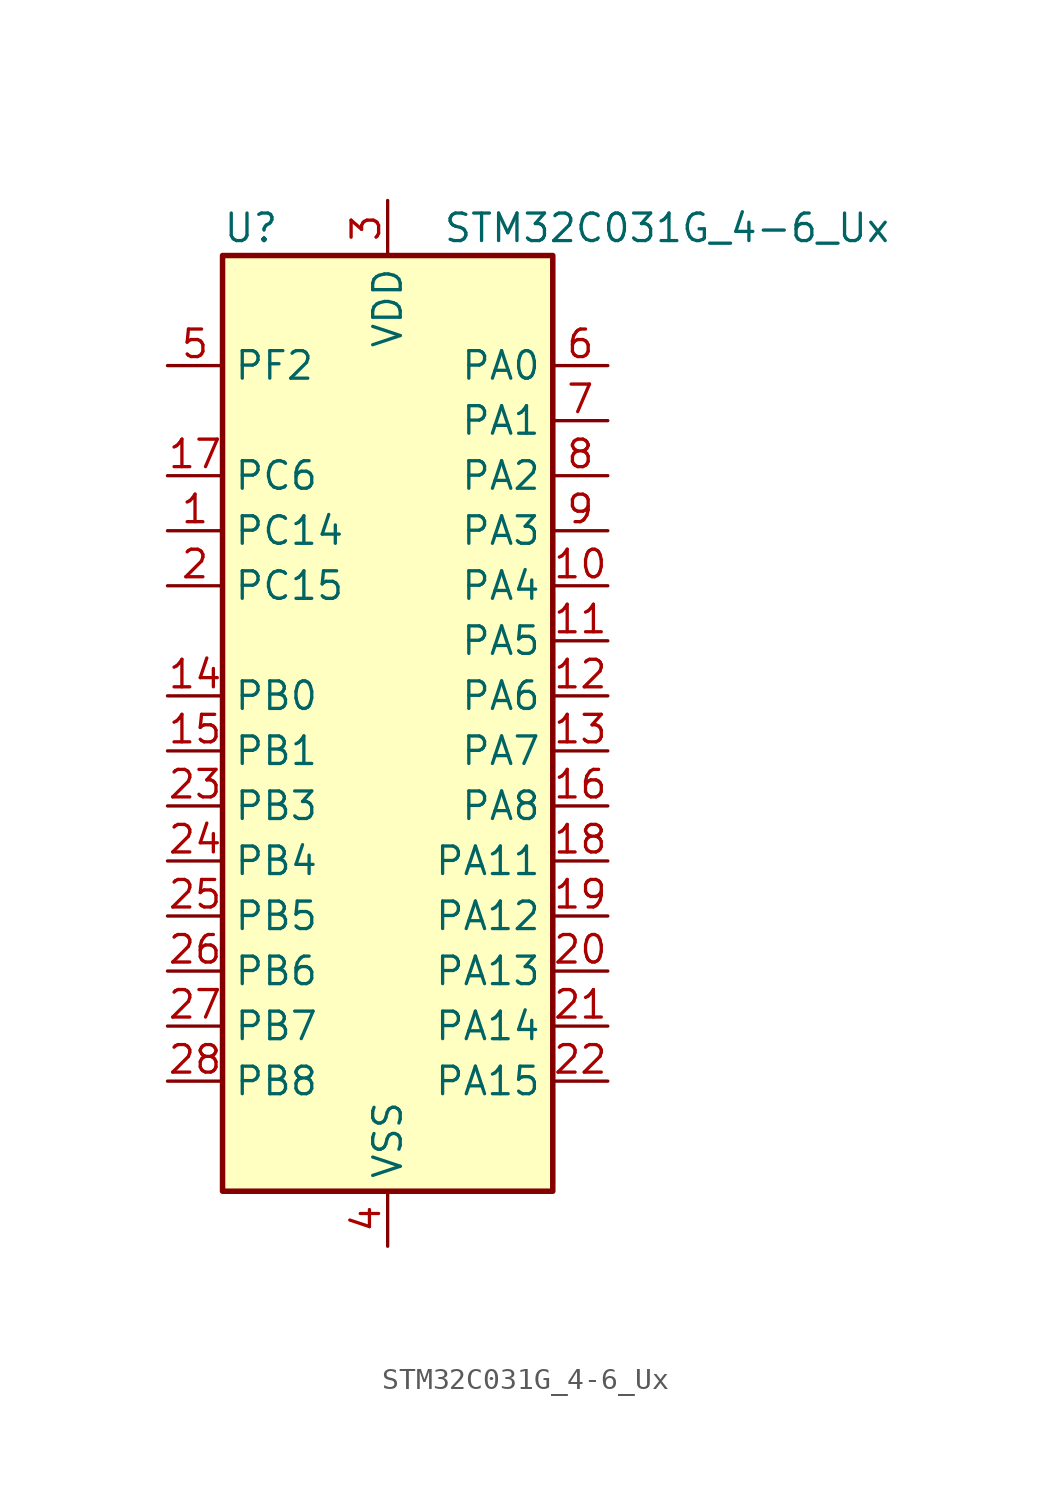
<source format=kicad_sym>
(kicad_symbol_lib
  (version 20241209)
  (generator "kicad_symbol_editor")
  (generator_version "9.0")
  (symbol "STM32C031G_4-6_Ux"
    (property "Reference" "U"
      (at -7.62 24.13 0)
      (effects (font (size 1.27 1.27)) (justify left)))
    (property "Value" "STM32C031G_4-6_Ux"
      (at 2.54 24.13 0)
      (effects (font (size 1.27 1.27)) (justify left)))
    (symbol "STM32C031G_4-6_Ux_0_1"
      (rectangle (start -7.62 -20.32) (end 7.62 22.86) (stroke (width 0.254) (type default)) (fill (type background))))
    (symbol "STM32C031G_4-6_Ux_1_1"
      (pin bidirectional line (at -10.16 17.78 0) (length 2.54) (name "PF2" (effects (font (size 1.27 1.27)))) (number "5" (effects (font (size 1.27 1.27)))) (alternate "RCC_MCO" bidirectional line) (alternate "TIM1_CH4" bidirectional line))
      (pin bidirectional line (at -10.16 12.7 0) (length 2.54) (name "PC6" (effects (font (size 1.27 1.27)))) (number "17" (effects (font (size 1.27 1.27)))) (alternate "TIM3_CH1" bidirectional line))
      (pin bidirectional line (at -10.16 10.16 0) (length 2.54) (name "PC14" (effects (font (size 1.27 1.27)))) (number "1" (effects (font (size 1.27 1.27)))) (alternate "I2C1_SDA" bidirectional line) (alternate "IR_OUT" bidirectional line) (alternate "RCC_OSCX_IN" bidirectional line) (alternate "TIM17_CH1" bidirectional line) (alternate "TIM1_BKIN2" bidirectional line) (alternate "TIM1_ETR" bidirectional line) (alternate "TIM3_CH2" bidirectional line) (alternate "USART1_TX" bidirectional line) (alternate "USART2_CK" bidirectional line) (alternate "USART2_DE" bidirectional line) (alternate "USART2_RTS" bidirectional line))
      (pin bidirectional line (at -10.16 7.62 0) (length 2.54) (name "PC15" (effects (font (size 1.27 1.27)))) (number "2" (effects (font (size 1.27 1.27)))) (alternate "RCC_OSC32_EN" bidirectional line) (alternate "RCC_OSCX_OUT" bidirectional line) (alternate "RCC_OSC_EN" bidirectional line) (alternate "TIM1_ETR" bidirectional line) (alternate "TIM3_CH3" bidirectional line))
      (pin bidirectional line (at -10.16 2.54 0) (length 2.54) (name "PB0" (effects (font (size 1.27 1.27)))) (number "14" (effects (font (size 1.27 1.27)))) (alternate "ADC1_IN17" bidirectional line) (alternate "I2S1_WS" bidirectional line) (alternate "SPI1_NSS" bidirectional line) (alternate "TIM1_CH2N" bidirectional line) (alternate "TIM3_CH3" bidirectional line))
      (pin bidirectional line (at -10.16 0 0) (length 2.54) (name "PB1" (effects (font (size 1.27 1.27)))) (number "15" (effects (font (size 1.27 1.27)))) (alternate "ADC1_IN18" bidirectional line) (alternate "TIM14_CH1" bidirectional line) (alternate "TIM1_CH2N" bidirectional line) (alternate "TIM1_CH3N" bidirectional line) (alternate "TIM3_CH4" bidirectional line))
      (pin bidirectional line (at -10.16 -2.54 0) (length 2.54) (name "PB3" (effects (font (size 1.27 1.27)))) (number "23" (effects (font (size 1.27 1.27)))) (alternate "I2S1_CK" bidirectional line) (alternate "SPI1_SCK" bidirectional line) (alternate "TIM1_CH2" bidirectional line) (alternate "TIM3_CH2" bidirectional line) (alternate "USART1_CK" bidirectional line) (alternate "USART1_DE" bidirectional line) (alternate "USART1_RTS" bidirectional line))
      (pin bidirectional line (at -10.16 -5.08 0) (length 2.54) (name "PB4" (effects (font (size 1.27 1.27)))) (number "24" (effects (font (size 1.27 1.27)))) (alternate "I2S1_MCK" bidirectional line) (alternate "SPI1_MISO" bidirectional line) (alternate "TIM17_BKIN" bidirectional line) (alternate "TIM3_CH1" bidirectional line) (alternate "USART1_CTS" bidirectional line) (alternate "USART1_NSS" bidirectional line))
      (pin bidirectional line (at -10.16 -7.62 0) (length 2.54) (name "PB5" (effects (font (size 1.27 1.27)))) (number "25" (effects (font (size 1.27 1.27)))) (alternate "I2C1_SMBA" bidirectional line) (alternate "I2S1_SD" bidirectional line) (alternate "PWR_WKUP6" bidirectional line) (alternate "SPI1_MOSI" bidirectional line) (alternate "TIM16_BKIN" bidirectional line) (alternate "TIM3_CH2" bidirectional line) (alternate "TIM3_CH3" bidirectional line))
      (pin bidirectional line (at -10.16 -10.16 0) (length 2.54) (name "PB6" (effects (font (size 1.27 1.27)))) (number "26" (effects (font (size 1.27 1.27)))) (alternate "I2C1_SCL" bidirectional line) (alternate "I2C1_SMBA" bidirectional line) (alternate "I2S1_CK" bidirectional line) (alternate "I2S1_MCK" bidirectional line) (alternate "I2S1_SD" bidirectional line) (alternate "PWR_WKUP3" bidirectional line) (alternate "SPI1_MISO" bidirectional line) (alternate "SPI1_MOSI" bidirectional line) (alternate "SPI1_SCK" bidirectional line) (alternate "TIM16_BKIN" bidirectional line) (alternate "TIM16_CH1N" bidirectional line) (alternate "TIM17_BKIN" bidirectional line) (alternate "TIM1_CH2" bidirectional line) (alternate "TIM1_CH3" bidirectional line) (alternate "TIM3_CH1" bidirectional line) (alternate "TIM3_CH2" bidirectional line) (alternate "TIM3_CH3" bidirectional line) (alternate "USART1_CK" bidirectional line) (alternate "USART1_CTS" bidirectional line) (alternate "USART1_DE" bidirectional line) (alternate "USART1_NSS" bidirectional line) (alternate "USART1_RTS" bidirectional line) (alternate "USART1_TX" bidirectional line))
      (pin bidirectional line (at -10.16 -12.7 0) (length 2.54) (name "PB7" (effects (font (size 1.27 1.27)))) (number "27" (effects (font (size 1.27 1.27)))) (alternate "I2C1_SCL" bidirectional line) (alternate "I2C1_SDA" bidirectional line) (alternate "RTC_REFIN" bidirectional line) (alternate "TIM16_CH1" bidirectional line) (alternate "TIM17_CH1N" bidirectional line) (alternate "TIM1_CH4" bidirectional line) (alternate "TIM3_CH1" bidirectional line) (alternate "TIM3_CH4" bidirectional line) (alternate "USART1_RX" bidirectional line) (alternate "USART2_CTS" bidirectional line) (alternate "USART2_NSS" bidirectional line))
      (pin bidirectional line (at -10.16 -15.24 0) (length 2.54) (name "PB8" (effects (font (size 1.27 1.27)))) (number "28" (effects (font (size 1.27 1.27)))) (alternate "I2C1_SCL" bidirectional line) (alternate "TIM16_CH1" bidirectional line) (alternate "TIM3_CH1" bidirectional line) (alternate "USART2_CTS" bidirectional line) (alternate "USART2_NSS" bidirectional line))
      (pin power_in line (at 0 25.4 270) (length 2.54) (name "VDD" (effects (font (size 1.27 1.27)))) (number "3" (effects (font (size 1.27 1.27)))))
      (pin power_in line (at 0 -22.86 90) (length 2.54) (name "VSS" (effects (font (size 1.27 1.27)))) (number "4" (effects (font (size 1.27 1.27)))))
      (pin bidirectional line (at 10.16 17.78 180) (length 2.54) (name "PA0" (effects (font (size 1.27 1.27)))) (number "6" (effects (font (size 1.27 1.27)))) (alternate "ADC1_IN0" bidirectional line) (alternate "PWR_WKUP1" bidirectional line) (alternate "TIM16_CH1" bidirectional line) (alternate "TIM1_CH1" bidirectional line) (alternate "USART1_TX" bidirectional line) (alternate "USART2_CTS" bidirectional line) (alternate "USART2_NSS" bidirectional line))
      (pin bidirectional line (at 10.16 15.24 180) (length 2.54) (name "PA1" (effects (font (size 1.27 1.27)))) (number "7" (effects (font (size 1.27 1.27)))) (alternate "ADC1_IN1" bidirectional line) (alternate "I2C1_SMBA" bidirectional line) (alternate "I2S1_CK" bidirectional line) (alternate "SPI1_SCK" bidirectional line) (alternate "TIM17_CH1" bidirectional line) (alternate "TIM1_CH2" bidirectional line) (alternate "USART1_RX" bidirectional line) (alternate "USART2_CK" bidirectional line) (alternate "USART2_DE" bidirectional line) (alternate "USART2_RTS" bidirectional line))
      (pin bidirectional line (at 10.16 12.7 180) (length 2.54) (name "PA2" (effects (font (size 1.27 1.27)))) (number "8" (effects (font (size 1.27 1.27)))) (alternate "ADC1_IN2" bidirectional line) (alternate "I2S1_SD" bidirectional line) (alternate "PWR_WKUP4" bidirectional line) (alternate "RCC_LSCO" bidirectional line) (alternate "SPI1_MOSI" bidirectional line) (alternate "TIM16_CH1N" bidirectional line) (alternate "TIM1_CH3" bidirectional line) (alternate "TIM3_ETR" bidirectional line) (alternate "USART2_TX" bidirectional line))
      (pin bidirectional line (at 10.16 10.16 180) (length 2.54) (name "PA3" (effects (font (size 1.27 1.27)))) (number "9" (effects (font (size 1.27 1.27)))) (alternate "ADC1_IN3" bidirectional line) (alternate "TIM1_CH1N" bidirectional line) (alternate "TIM1_CH4" bidirectional line) (alternate "USART2_RX" bidirectional line))
      (pin bidirectional line (at 10.16 7.62 180) (length 2.54) (name "PA4" (effects (font (size 1.27 1.27)))) (number "10" (effects (font (size 1.27 1.27)))) (alternate "ADC1_IN4" bidirectional line) (alternate "I2S1_WS" bidirectional line) (alternate "PWR_WKUP2" bidirectional line) (alternate "RTC_OUT1" bidirectional line) (alternate "RTC_TS" bidirectional line) (alternate "SPI1_NSS" bidirectional line) (alternate "TIM14_CH1" bidirectional line) (alternate "TIM17_CH1N" bidirectional line) (alternate "TIM1_CH2N" bidirectional line) (alternate "USART2_TX" bidirectional line))
      (pin bidirectional line (at 10.16 5.08 180) (length 2.54) (name "PA5" (effects (font (size 1.27 1.27)))) (number "11" (effects (font (size 1.27 1.27)))) (alternate "ADC1_IN5" bidirectional line) (alternate "I2S1_CK" bidirectional line) (alternate "SPI1_SCK" bidirectional line) (alternate "TIM1_CH1" bidirectional line) (alternate "TIM1_CH3N" bidirectional line) (alternate "USART2_RX" bidirectional line))
      (pin bidirectional line (at 10.16 2.54 180) (length 2.54) (name "PA6" (effects (font (size 1.27 1.27)))) (number "12" (effects (font (size 1.27 1.27)))) (alternate "ADC1_IN6" bidirectional line) (alternate "I2S1_MCK" bidirectional line) (alternate "SPI1_MISO" bidirectional line) (alternate "TIM16_CH1" bidirectional line) (alternate "TIM1_BKIN" bidirectional line) (alternate "TIM3_CH1" bidirectional line))
      (pin bidirectional line (at 10.16 0 180) (length 2.54) (name "PA7" (effects (font (size 1.27 1.27)))) (number "13" (effects (font (size 1.27 1.27)))) (alternate "ADC1_IN7" bidirectional line) (alternate "I2S1_SD" bidirectional line) (alternate "SPI1_MOSI" bidirectional line) (alternate "TIM14_CH1" bidirectional line) (alternate "TIM17_CH1" bidirectional line) (alternate "TIM1_CH1N" bidirectional line) (alternate "TIM3_CH2" bidirectional line))
      (pin bidirectional line (at 10.16 -2.54 180) (length 2.54) (name "PA8" (effects (font (size 1.27 1.27)))) (number "16" (effects (font (size 1.27 1.27)))) (alternate "ADC1_IN8" bidirectional line) (alternate "I2S1_WS" bidirectional line) (alternate "RCC_MCO" bidirectional line) (alternate "RCC_MCO_2" bidirectional line) (alternate "SPI1_NSS" bidirectional line) (alternate "TIM14_CH1" bidirectional line) (alternate "TIM1_CH1" bidirectional line) (alternate "TIM1_CH2N" bidirectional line) (alternate "TIM1_CH3N" bidirectional line) (alternate "TIM3_CH3" bidirectional line) (alternate "TIM3_CH4" bidirectional line) (alternate "USART1_RX" bidirectional line) (alternate "USART2_TX" bidirectional line))
      (pin bidirectional line (at 10.16 -5.08 180) (length 2.54) (name "PA11" (effects (font (size 1.27 1.27)))) (number "18" (effects (font (size 1.27 1.27)))) (alternate "ADC1_EXTI11" bidirectional line) (alternate "ADC1_IN11" bidirectional line) (alternate "I2S1_MCK" bidirectional line) (alternate "SPI1_MISO" bidirectional line) (alternate "TIM1_BKIN2" bidirectional line) (alternate "TIM1_CH4" bidirectional line) (alternate "USART1_CTS" bidirectional line) (alternate "USART1_NSS" bidirectional line))
      (pin bidirectional line (at 10.16 -7.62 180) (length 2.54) (name "PA12" (effects (font (size 1.27 1.27)))) (number "19" (effects (font (size 1.27 1.27)))) (alternate "ADC1_IN12" bidirectional line) (alternate "I2S1_SD" bidirectional line) (alternate "I2S_CKIN" bidirectional line) (alternate "SPI1_MOSI" bidirectional line) (alternate "TIM1_ETR" bidirectional line) (alternate "USART1_CK" bidirectional line) (alternate "USART1_DE" bidirectional line) (alternate "USART1_RTS" bidirectional line))
      (pin bidirectional line (at 10.16 -10.16 180) (length 2.54) (name "PA13" (effects (font (size 1.27 1.27)))) (number "20" (effects (font (size 1.27 1.27)))) (alternate "ADC1_IN13" bidirectional line) (alternate "DEBUG_SWDIO" bidirectional line) (alternate "IR_OUT" bidirectional line) (alternate "TIM3_ETR" bidirectional line) (alternate "USART2_RX" bidirectional line))
      (pin bidirectional line (at 10.16 -12.7 180) (length 2.54) (name "PA14" (effects (font (size 1.27 1.27)))) (number "21" (effects (font (size 1.27 1.27)))) (alternate "ADC1_IN14" bidirectional line) (alternate "DEBUG_SWCLK" bidirectional line) (alternate "I2S1_WS" bidirectional line) (alternate "RCC_MCO_2" bidirectional line) (alternate "SPI1_NSS" bidirectional line) (alternate "TIM1_CH1" bidirectional line) (alternate "USART1_CK" bidirectional line) (alternate "USART1_DE" bidirectional line) (alternate "USART1_RTS" bidirectional line) (alternate "USART2_RX" bidirectional line) (alternate "USART2_TX" bidirectional line))
      (pin bidirectional line (at 10.16 -15.24 180) (length 2.54) (name "PA15" (effects (font (size 1.27 1.27)))) (number "22" (effects (font (size 1.27 1.27)))) (alternate "I2S1_WS" bidirectional line) (alternate "RCC_MCO_2" bidirectional line) (alternate "SPI1_NSS" bidirectional line) (alternate "TIM1_CH1" bidirectional line) (alternate "USART1_CK" bidirectional line) (alternate "USART1_DE" bidirectional line) (alternate "USART1_RTS" bidirectional line) (alternate "USART2_RX" bidirectional line)))))
</source>
